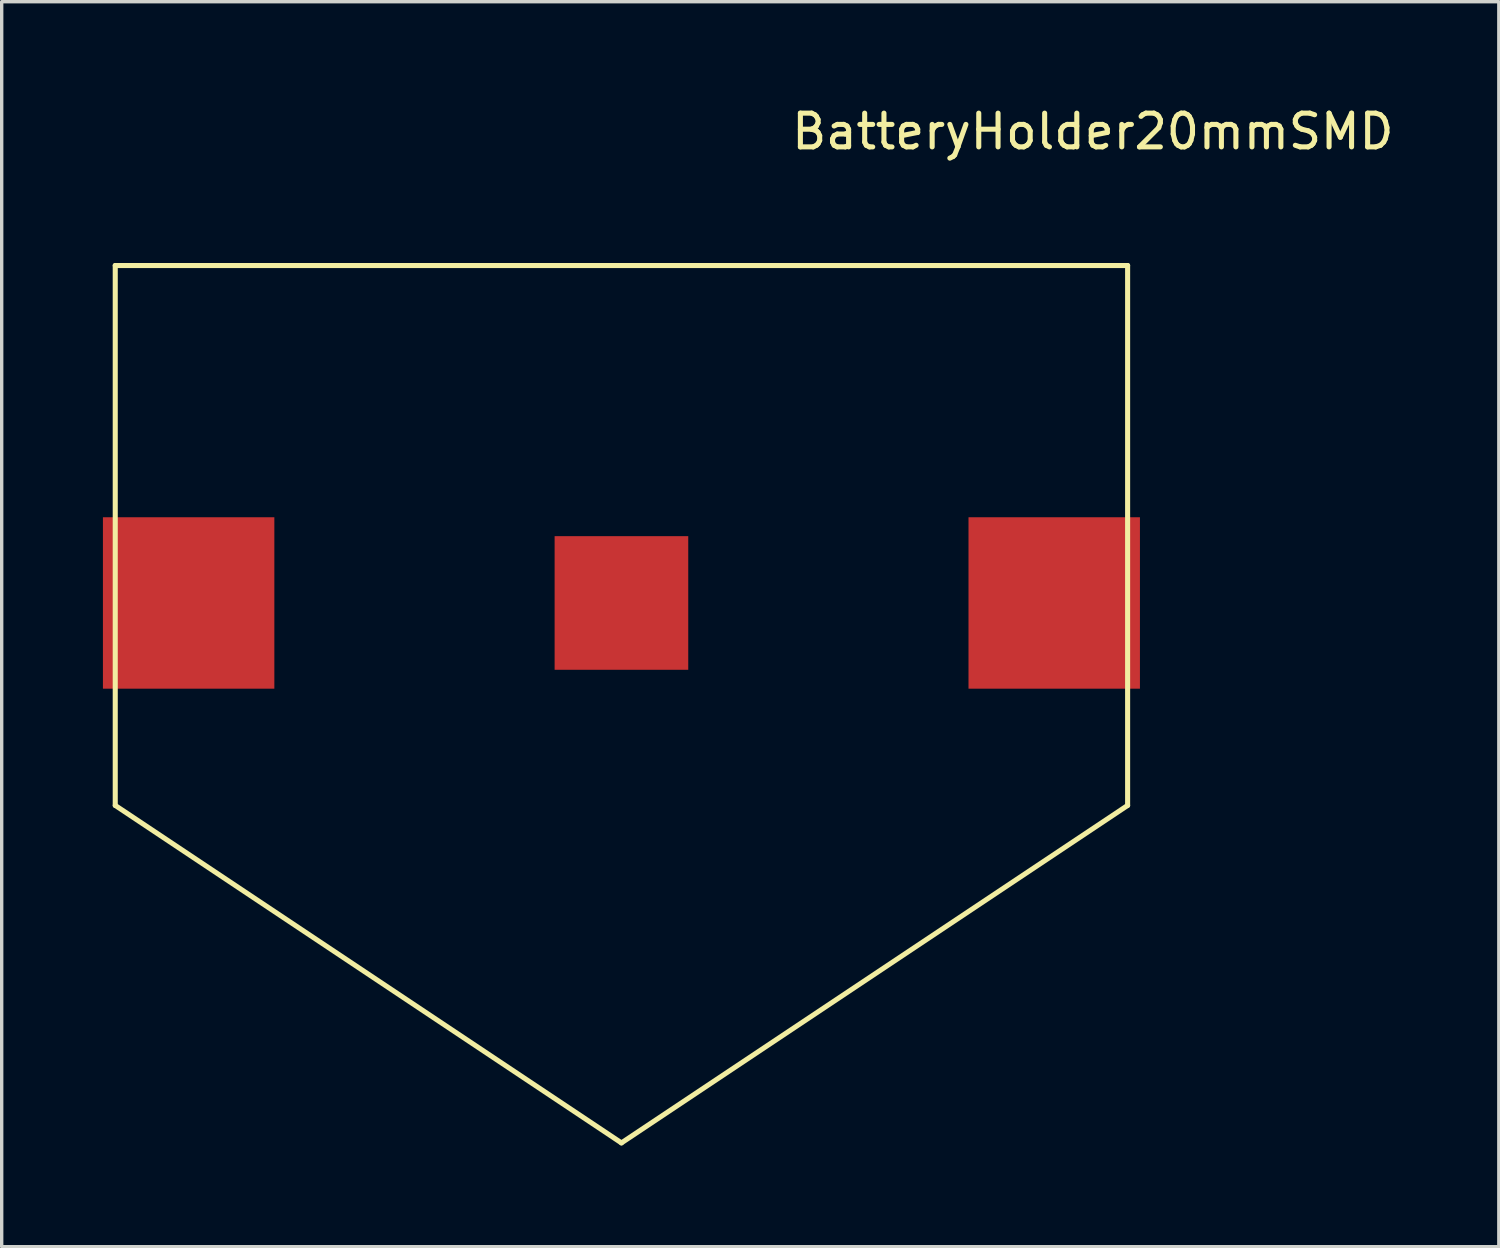
<source format=kicad_pcb>
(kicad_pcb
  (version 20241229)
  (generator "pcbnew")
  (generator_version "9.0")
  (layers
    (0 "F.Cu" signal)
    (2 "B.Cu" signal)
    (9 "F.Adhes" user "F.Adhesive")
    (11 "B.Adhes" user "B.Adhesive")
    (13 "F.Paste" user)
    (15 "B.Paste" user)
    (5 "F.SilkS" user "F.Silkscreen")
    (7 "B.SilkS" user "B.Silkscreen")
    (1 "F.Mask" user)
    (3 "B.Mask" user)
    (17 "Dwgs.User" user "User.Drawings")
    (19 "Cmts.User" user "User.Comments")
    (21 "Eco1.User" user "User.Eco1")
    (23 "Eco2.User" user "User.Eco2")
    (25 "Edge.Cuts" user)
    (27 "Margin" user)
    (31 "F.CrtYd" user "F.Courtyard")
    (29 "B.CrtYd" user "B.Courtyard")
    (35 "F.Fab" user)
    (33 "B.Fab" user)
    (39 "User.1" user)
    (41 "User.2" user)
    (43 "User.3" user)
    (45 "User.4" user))
  (footprint "BatteryHolder20mmSMD"
    (layer "F.Cu")
    (at 15.365 14.818)
    (property "Reference" "BatteryHolder20mmSMD" (at 13.97 -13.97 0) (layer "F.SilkS") (effects (font (size 1 1) (thickness 0.15))))
    (attr through_hole)
    (fp_line (start -15 -10) (end -15 6) (stroke (width 0.15) (type solid)) (layer "F.SilkS"))
    (fp_line (start -15 -10) (end 15 -10) (stroke (width 0.15) (type solid)) (layer "F.SilkS"))
    (fp_line (start -15 6) (end 0 16) (stroke (width 0.15) (type solid)) (layer "F.SilkS"))
    (fp_line (start 15 -10) (end 15 6) (stroke (width 0.15) (type solid)) (layer "F.SilkS"))
    (fp_line (start 15 6) (end 0 16) (stroke (width 0.15) (type solid)) (layer "F.SilkS"))
    (pad "1" smd rect (at -12.825 0) (size 5.08 5.08) (layers "F.Cu" "F.Mask" "F.Paste"))
    (pad "1" smd rect (at 12.825 0) (size 5.08 5.08) (layers "F.Cu" "F.Mask" "F.Paste"))
    (pad "2" smd rect (at 0 0) (size 3.96 3.96) (layers "F.Cu" "F.Mask" "F.Paste")))
  (gr_rect
    (start -3 -3)
    (end 41.365 33.893)
    (stroke (width 0.1) (type default))
    (fill no)
    (layer "Edge.Cuts")))
</source>
